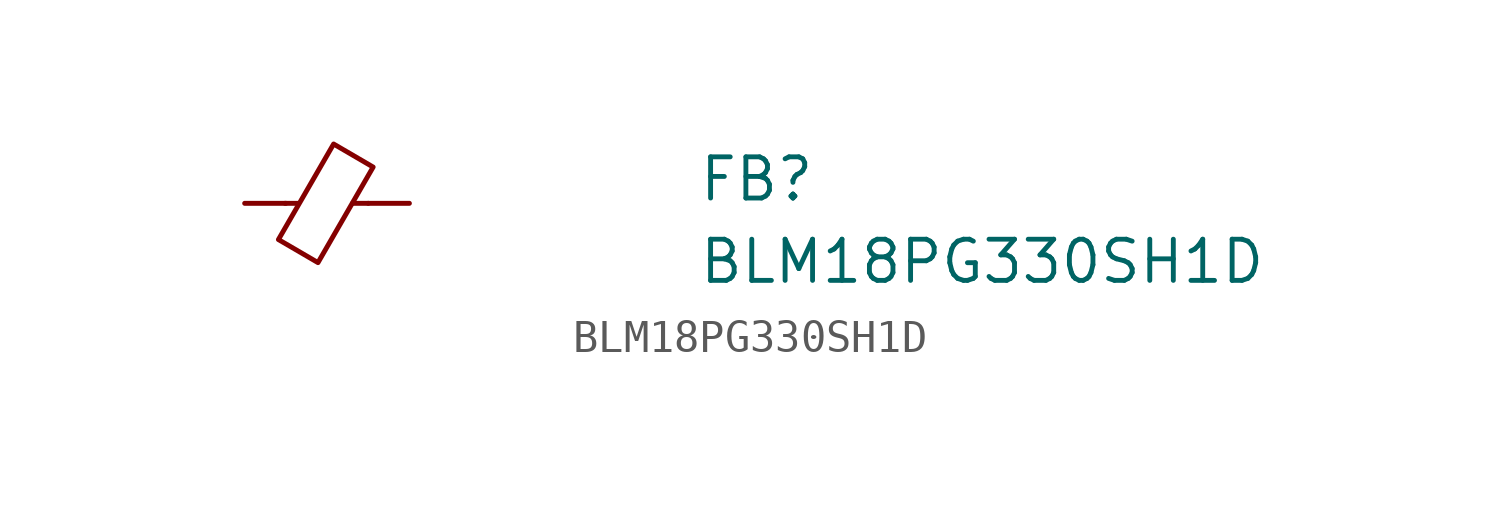
<source format=kicad_sym>
(kicad_symbol_lib
  (version 20211014)
  (generator kicad_symbol_editor)
  (symbol "BLM18PG330SH1D"
    (pin_numbers hide)
    (pin_names hide)
    (property "Reference" "FB"
      (at 13.97 0 0)
      (effects (font (size 1.27 1.27) (thickness 0.15)) (justify left bottom)))
    (property "Value" "BLM18PG330SH1D"
      (at 13.97 -2.54 0)
      (effects (font (size 1.27 1.27) (thickness 0.15)) (justify left bottom)))
    (symbol "BLM18PG330SH1D_0_1"
      (polyline (pts (xy 1.651 0) (xy 1.245 0)) (stroke (width 0) (type default) (color 0 0 0 0)) (fill (type none)))
      (polyline (pts (xy 3.81 0) (xy 3.327 0)) (stroke (width 0) (type default) (color 0 0 0 0)) (fill (type none)))
      (polyline (pts (xy 2.261 -1.829) (xy 1.041 -1.118) (xy 2.743 1.829) (xy 3.962 1.118) (xy 2.261 -1.829)) (stroke (width 0) (type default) (color 0 0 0 0)) (fill (type none))))
    (symbol "BLM18PG330SH1D_1_1"
      (pin passive line (at 0 0 0) (length 1.27) (name "~" (effects (font (size 1.27 1.27)))) (number "1" (effects (font (size 1.27 1.27)))))
      (pin passive line (at 5.08 0 180) (length 1.27) (name "~" (effects (font (size 1.27 1.27)))) (number "2" (effects (font (size 1.27 1.27))))))))
</source>
